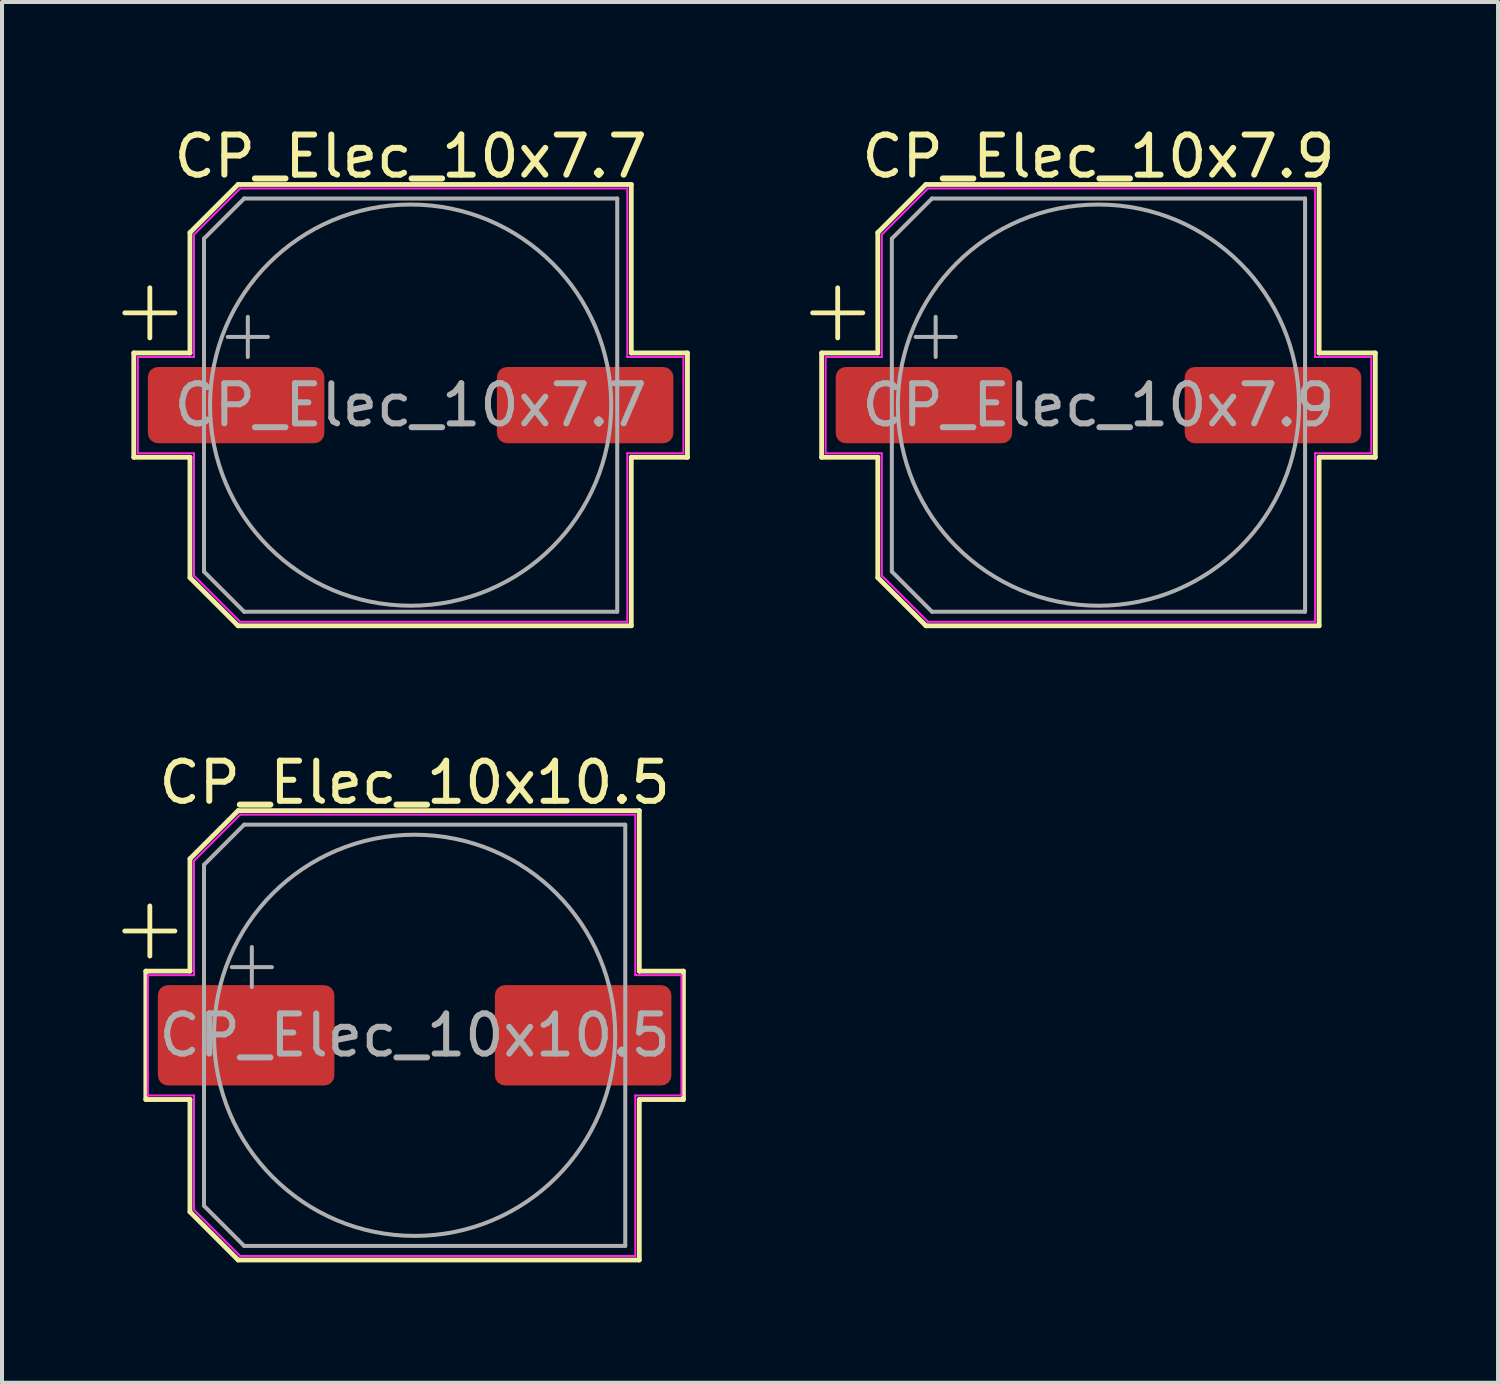
<source format=kicad_pcb>
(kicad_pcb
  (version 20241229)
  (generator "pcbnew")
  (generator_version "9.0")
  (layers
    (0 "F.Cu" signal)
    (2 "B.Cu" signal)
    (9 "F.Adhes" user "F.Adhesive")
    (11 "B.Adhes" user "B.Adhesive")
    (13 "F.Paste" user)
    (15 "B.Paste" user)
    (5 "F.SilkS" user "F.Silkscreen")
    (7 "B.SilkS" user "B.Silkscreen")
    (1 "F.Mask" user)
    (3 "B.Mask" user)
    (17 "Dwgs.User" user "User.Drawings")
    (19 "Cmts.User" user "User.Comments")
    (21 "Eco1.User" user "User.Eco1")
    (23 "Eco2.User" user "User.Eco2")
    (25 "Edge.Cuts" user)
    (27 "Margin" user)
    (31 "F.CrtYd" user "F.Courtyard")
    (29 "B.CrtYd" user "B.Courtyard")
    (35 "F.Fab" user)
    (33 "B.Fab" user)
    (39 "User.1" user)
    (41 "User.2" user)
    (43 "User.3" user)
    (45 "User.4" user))
  (footprint "CP_Elec_10x7.9"
    (layer "F.Cu")
    (at 24.33 7.048)
    (property "Reference" "CP_Elec_10x7.9" (at 0 -6.2 0) (layer "F.SilkS") (effects (font (size 1 1) (thickness 0.15))))
    (attr smd)
    (fp_line (start -7.125 -2.3) (end -5.875 -2.3) (stroke (width 0.12) (type solid)) (layer "F.SilkS"))
    (fp_line (start -6.9 -1.3) (end -6.9 1.3) (stroke (width 0.12) (type solid)) (layer "F.SilkS"))
    (fp_line (start -6.9 1.3) (end -5.5 1.3) (stroke (width 0.12) (type solid)) (layer "F.SilkS"))
    (fp_line (start -6.5 -2.925) (end -6.5 -1.675) (stroke (width 0.12) (type solid)) (layer "F.SilkS"))
    (fp_line (start -5.5 -4.3) (end -5.5 -1.3) (stroke (width 0.12) (type solid)) (layer "F.SilkS"))
    (fp_line (start -5.5 -1.3) (end -6.9 -1.3) (stroke (width 0.12) (type solid)) (layer "F.SilkS"))
    (fp_line (start -5.5 1.3) (end -5.5 4.3) (stroke (width 0.12) (type solid)) (layer "F.SilkS"))
    (fp_line (start -5.5 4.3) (end -4.3 5.5) (stroke (width 0.12) (type solid)) (layer "F.SilkS"))
    (fp_line (start -4.3 -5.5) (end -5.5 -4.3) (stroke (width 0.12) (type solid)) (layer "F.SilkS"))
    (fp_line (start -4.3 5.5) (end 5.5 5.5) (stroke (width 0.12) (type solid)) (layer "F.SilkS"))
    (fp_line (start 5.5 -5.5) (end -4.3 -5.5) (stroke (width 0.12) (type solid)) (layer "F.SilkS"))
    (fp_line (start 5.5 -1.3) (end 5.5 -5.5) (stroke (width 0.12) (type solid)) (layer "F.SilkS"))
    (fp_line (start 5.5 1.3) (end 6.9 1.3) (stroke (width 0.12) (type solid)) (layer "F.SilkS"))
    (fp_line (start 5.5 5.5) (end 5.5 1.3) (stroke (width 0.12) (type solid)) (layer "F.SilkS"))
    (fp_line (start 6.9 -1.3) (end 5.5 -1.3) (stroke (width 0.12) (type solid)) (layer "F.SilkS"))
    (fp_line (start 6.9 1.3) (end 6.9 -1.3) (stroke (width 0.12) (type solid)) (layer "F.SilkS"))
    (fp_line (start -6.8 -1.2) (end -6.8 1.2) (stroke (width 0.05) (type solid)) (layer "F.CrtYd"))
    (fp_line (start -6.8 1.2) (end -5.4 1.2) (stroke (width 0.05) (type solid)) (layer "F.CrtYd"))
    (fp_line (start -5.4 -4.25) (end -5.4 -1.2) (stroke (width 0.05) (type solid)) (layer "F.CrtYd"))
    (fp_line (start -5.4 -4.25) (end -4.25 -5.4) (stroke (width 0.05) (type solid)) (layer "F.CrtYd"))
    (fp_line (start -5.4 -1.2) (end -6.8 -1.2) (stroke (width 0.05) (type solid)) (layer "F.CrtYd"))
    (fp_line (start -5.4 1.2) (end -5.4 4.25) (stroke (width 0.05) (type solid)) (layer "F.CrtYd"))
    (fp_line (start -5.4 4.25) (end -4.25 5.4) (stroke (width 0.05) (type solid)) (layer "F.CrtYd"))
    (fp_line (start -4.25 -5.4) (end 5.4 -5.4) (stroke (width 0.05) (type solid)) (layer "F.CrtYd"))
    (fp_line (start -4.25 5.4) (end 5.4 5.4) (stroke (width 0.05) (type solid)) (layer "F.CrtYd"))
    (fp_line (start 5.4 -5.4) (end 5.4 -1.2) (stroke (width 0.05) (type solid)) (layer "F.CrtYd"))
    (fp_line (start 5.4 -1.2) (end 6.8 -1.2) (stroke (width 0.05) (type solid)) (layer "F.CrtYd"))
    (fp_line (start 5.4 1.2) (end 5.4 5.4) (stroke (width 0.05) (type solid)) (layer "F.CrtYd"))
    (fp_line (start 6.8 -1.2) (end 6.8 1.2) (stroke (width 0.05) (type solid)) (layer "F.CrtYd"))
    (fp_line (start 6.8 1.2) (end 5.4 1.2) (stroke (width 0.05) (type solid)) (layer "F.CrtYd"))
    (fp_line (start -5.15 -4.15) (end -5.15 4.15) (stroke (width 0.1) (type solid)) (layer "F.Fab"))
    (fp_line (start -5.15 -4.15) (end -4.15 -5.15) (stroke (width 0.1) (type solid)) (layer "F.Fab"))
    (fp_line (start -5.15 4.15) (end -4.15 5.15) (stroke (width 0.1) (type solid)) (layer "F.Fab"))
    (fp_line (start -4.558 -1.7) (end -3.558 -1.7) (stroke (width 0.1) (type solid)) (layer "F.Fab"))
    (fp_line (start -4.15 -5.15) (end 5.15 -5.15) (stroke (width 0.1) (type solid)) (layer "F.Fab"))
    (fp_line (start -4.15 5.15) (end 5.15 5.15) (stroke (width 0.1) (type solid)) (layer "F.Fab"))
    (fp_line (start -4.058 -2.2) (end -4.058 -1.2) (stroke (width 0.1) (type solid)) (layer "F.Fab"))
    (fp_line (start 5.15 -5.15) (end 5.15 5.15) (stroke (width 0.1) (type solid)) (layer "F.Fab"))
    (fp_circle (center 0 0) (end 5 0) (stroke (width 0.1) (type solid)) (fill no) (layer "F.Fab"))
    (fp_text user "${REFERENCE}" (at 0 0 0) (layer "F.Fab") (effects (font (size 1 1) (thickness 0.15))))
    (pad "1" smd roundrect (at -4.35 0) (size 4.4 1.9) (layers "F.Cu" "F.Mask" "F.Paste") (roundrect_rratio 0.132))
    (pad "2" smd roundrect (at 4.35 0) (size 4.4 1.9) (layers "F.Cu" "F.Mask" "F.Paste") (roundrect_rratio 0.132)))
  (footprint "CP_Elec_10x7.7"
    (layer "F.Cu")
    (at 7.185 7.048)
    (property "Reference" "CP_Elec_10x7.7" (at 0 -6.2 0) (layer "F.SilkS") (effects (font (size 1 1) (thickness 0.15))))
    (attr smd)
    (fp_line (start -7.125 -2.3) (end -5.875 -2.3) (stroke (width 0.12) (type solid)) (layer "F.SilkS"))
    (fp_line (start -6.9 -1.3) (end -6.9 1.3) (stroke (width 0.12) (type solid)) (layer "F.SilkS"))
    (fp_line (start -6.9 1.3) (end -5.5 1.3) (stroke (width 0.12) (type solid)) (layer "F.SilkS"))
    (fp_line (start -6.5 -2.925) (end -6.5 -1.675) (stroke (width 0.12) (type solid)) (layer "F.SilkS"))
    (fp_line (start -5.5 -4.3) (end -5.5 -1.3) (stroke (width 0.12) (type solid)) (layer "F.SilkS"))
    (fp_line (start -5.5 -1.3) (end -6.9 -1.3) (stroke (width 0.12) (type solid)) (layer "F.SilkS"))
    (fp_line (start -5.5 1.3) (end -5.5 4.3) (stroke (width 0.12) (type solid)) (layer "F.SilkS"))
    (fp_line (start -5.5 4.3) (end -4.3 5.5) (stroke (width 0.12) (type solid)) (layer "F.SilkS"))
    (fp_line (start -4.3 -5.5) (end -5.5 -4.3) (stroke (width 0.12) (type solid)) (layer "F.SilkS"))
    (fp_line (start -4.3 5.5) (end 5.5 5.5) (stroke (width 0.12) (type solid)) (layer "F.SilkS"))
    (fp_line (start 5.5 -5.5) (end -4.3 -5.5) (stroke (width 0.12) (type solid)) (layer "F.SilkS"))
    (fp_line (start 5.5 -1.3) (end 5.5 -5.5) (stroke (width 0.12) (type solid)) (layer "F.SilkS"))
    (fp_line (start 5.5 1.3) (end 6.9 1.3) (stroke (width 0.12) (type solid)) (layer "F.SilkS"))
    (fp_line (start 5.5 5.5) (end 5.5 1.3) (stroke (width 0.12) (type solid)) (layer "F.SilkS"))
    (fp_line (start 6.9 -1.3) (end 5.5 -1.3) (stroke (width 0.12) (type solid)) (layer "F.SilkS"))
    (fp_line (start 6.9 1.3) (end 6.9 -1.3) (stroke (width 0.12) (type solid)) (layer "F.SilkS"))
    (fp_line (start -6.8 -1.2) (end -6.8 1.2) (stroke (width 0.05) (type solid)) (layer "F.CrtYd"))
    (fp_line (start -6.8 1.2) (end -5.4 1.2) (stroke (width 0.05) (type solid)) (layer "F.CrtYd"))
    (fp_line (start -5.4 -4.25) (end -5.4 -1.2) (stroke (width 0.05) (type solid)) (layer "F.CrtYd"))
    (fp_line (start -5.4 -4.25) (end -4.25 -5.4) (stroke (width 0.05) (type solid)) (layer "F.CrtYd"))
    (fp_line (start -5.4 -1.2) (end -6.8 -1.2) (stroke (width 0.05) (type solid)) (layer "F.CrtYd"))
    (fp_line (start -5.4 1.2) (end -5.4 4.25) (stroke (width 0.05) (type solid)) (layer "F.CrtYd"))
    (fp_line (start -5.4 4.25) (end -4.25 5.4) (stroke (width 0.05) (type solid)) (layer "F.CrtYd"))
    (fp_line (start -4.25 -5.4) (end 5.4 -5.4) (stroke (width 0.05) (type solid)) (layer "F.CrtYd"))
    (fp_line (start -4.25 5.4) (end 5.4 5.4) (stroke (width 0.05) (type solid)) (layer "F.CrtYd"))
    (fp_line (start 5.4 -5.4) (end 5.4 -1.2) (stroke (width 0.05) (type solid)) (layer "F.CrtYd"))
    (fp_line (start 5.4 -1.2) (end 6.8 -1.2) (stroke (width 0.05) (type solid)) (layer "F.CrtYd"))
    (fp_line (start 5.4 1.2) (end 5.4 5.4) (stroke (width 0.05) (type solid)) (layer "F.CrtYd"))
    (fp_line (start 6.8 -1.2) (end 6.8 1.2) (stroke (width 0.05) (type solid)) (layer "F.CrtYd"))
    (fp_line (start 6.8 1.2) (end 5.4 1.2) (stroke (width 0.05) (type solid)) (layer "F.CrtYd"))
    (fp_line (start -5.15 -4.15) (end -5.15 4.15) (stroke (width 0.1) (type solid)) (layer "F.Fab"))
    (fp_line (start -5.15 -4.15) (end -4.15 -5.15) (stroke (width 0.1) (type solid)) (layer "F.Fab"))
    (fp_line (start -5.15 4.15) (end -4.15 5.15) (stroke (width 0.1) (type solid)) (layer "F.Fab"))
    (fp_line (start -4.558 -1.7) (end -3.558 -1.7) (stroke (width 0.1) (type solid)) (layer "F.Fab"))
    (fp_line (start -4.15 -5.15) (end 5.15 -5.15) (stroke (width 0.1) (type solid)) (layer "F.Fab"))
    (fp_line (start -4.15 5.15) (end 5.15 5.15) (stroke (width 0.1) (type solid)) (layer "F.Fab"))
    (fp_line (start -4.058 -2.2) (end -4.058 -1.2) (stroke (width 0.1) (type solid)) (layer "F.Fab"))
    (fp_line (start 5.15 -5.15) (end 5.15 5.15) (stroke (width 0.1) (type solid)) (layer "F.Fab"))
    (fp_circle (center 0 0) (end 5 0) (stroke (width 0.1) (type solid)) (fill no) (layer "F.Fab"))
    (fp_text user "${REFERENCE}" (at 0 0 0) (layer "F.Fab") (effects (font (size 1 1) (thickness 0.15))))
    (pad "1" smd roundrect (at -4.35 0) (size 4.4 1.9) (layers "F.Cu" "F.Mask" "F.Paste") (roundrect_rratio 0.132))
    (pad "2" smd roundrect (at 4.35 0) (size 4.4 1.9) (layers "F.Cu" "F.Mask" "F.Paste") (roundrect_rratio 0.132)))
  (footprint "CP_Elec_10x10.5"
    (layer "F.Cu")
    (at 7.285 22.756)
    (property "Reference" "CP_Elec_10x10.5" (at 0 -6.3 0) (layer "F.SilkS") (effects (font (size 1 1) (thickness 0.15))))
    (attr smd)
    (fp_line (start -7.225 -2.6) (end -5.975 -2.6) (stroke (width 0.12) (type solid)) (layer "F.SilkS"))
    (fp_line (start -6.7 -1.6) (end -6.7 1.6) (stroke (width 0.12) (type solid)) (layer "F.SilkS"))
    (fp_line (start -6.7 1.6) (end -5.6 1.6) (stroke (width 0.12) (type solid)) (layer "F.SilkS"))
    (fp_line (start -6.6 -3.225) (end -6.6 -1.975) (stroke (width 0.12) (type solid)) (layer "F.SilkS"))
    (fp_line (start -5.6 -4.4) (end -5.6 -1.6) (stroke (width 0.12) (type solid)) (layer "F.SilkS"))
    (fp_line (start -5.6 -1.6) (end -6.7 -1.6) (stroke (width 0.12) (type solid)) (layer "F.SilkS"))
    (fp_line (start -5.6 1.6) (end -5.6 4.4) (stroke (width 0.12) (type solid)) (layer "F.SilkS"))
    (fp_line (start -5.6 4.4) (end -4.4 5.6) (stroke (width 0.12) (type solid)) (layer "F.SilkS"))
    (fp_line (start -4.4 -5.6) (end -5.6 -4.4) (stroke (width 0.12) (type solid)) (layer "F.SilkS"))
    (fp_line (start -4.4 5.6) (end 5.6 5.6) (stroke (width 0.12) (type solid)) (layer "F.SilkS"))
    (fp_line (start 5.6 -5.6) (end -4.4 -5.6) (stroke (width 0.12) (type solid)) (layer "F.SilkS"))
    (fp_line (start 5.6 -1.6) (end 5.6 -5.6) (stroke (width 0.12) (type solid)) (layer "F.SilkS"))
    (fp_line (start 5.6 1.6) (end 6.7 1.6) (stroke (width 0.12) (type solid)) (layer "F.SilkS"))
    (fp_line (start 5.6 5.6) (end 5.6 1.6) (stroke (width 0.12) (type solid)) (layer "F.SilkS"))
    (fp_line (start 6.7 -1.6) (end 5.6 -1.6) (stroke (width 0.12) (type solid)) (layer "F.SilkS"))
    (fp_line (start 6.7 1.6) (end 6.7 -1.6) (stroke (width 0.12) (type solid)) (layer "F.SilkS"))
    (fp_line (start -6.65 -1.5) (end -6.65 1.5) (stroke (width 0.05) (type solid)) (layer "F.CrtYd"))
    (fp_line (start -6.65 1.5) (end -5.5 1.5) (stroke (width 0.05) (type solid)) (layer "F.CrtYd"))
    (fp_line (start -5.5 -4.35) (end -5.5 -1.5) (stroke (width 0.05) (type solid)) (layer "F.CrtYd"))
    (fp_line (start -5.5 -4.35) (end -4.35 -5.5) (stroke (width 0.05) (type solid)) (layer "F.CrtYd"))
    (fp_line (start -5.5 -1.5) (end -6.65 -1.5) (stroke (width 0.05) (type solid)) (layer "F.CrtYd"))
    (fp_line (start -5.5 1.5) (end -5.5 4.35) (stroke (width 0.05) (type solid)) (layer "F.CrtYd"))
    (fp_line (start -5.5 4.35) (end -4.35 5.5) (stroke (width 0.05) (type solid)) (layer "F.CrtYd"))
    (fp_line (start -4.35 -5.5) (end 5.5 -5.5) (stroke (width 0.05) (type solid)) (layer "F.CrtYd"))
    (fp_line (start -4.35 5.5) (end 5.5 5.5) (stroke (width 0.05) (type solid)) (layer "F.CrtYd"))
    (fp_line (start 5.5 -5.5) (end 5.5 -1.5) (stroke (width 0.05) (type solid)) (layer "F.CrtYd"))
    (fp_line (start 5.5 -1.5) (end 6.65 -1.5) (stroke (width 0.05) (type solid)) (layer "F.CrtYd"))
    (fp_line (start 5.5 1.5) (end 5.5 5.5) (stroke (width 0.05) (type solid)) (layer "F.CrtYd"))
    (fp_line (start 6.65 -1.5) (end 6.65 1.5) (stroke (width 0.05) (type solid)) (layer "F.CrtYd"))
    (fp_line (start 6.65 1.5) (end 5.5 1.5) (stroke (width 0.05) (type solid)) (layer "F.CrtYd"))
    (fp_line (start -5.25 -4.25) (end -5.25 4.25) (stroke (width 0.1) (type solid)) (layer "F.Fab"))
    (fp_line (start -5.25 -4.25) (end -4.25 -5.25) (stroke (width 0.1) (type solid)) (layer "F.Fab"))
    (fp_line (start -5.25 4.25) (end -4.25 5.25) (stroke (width 0.1) (type solid)) (layer "F.Fab"))
    (fp_line (start -4.558 -1.7) (end -3.558 -1.7) (stroke (width 0.1) (type solid)) (layer "F.Fab"))
    (fp_line (start -4.25 -5.25) (end 5.25 -5.25) (stroke (width 0.1) (type solid)) (layer "F.Fab"))
    (fp_line (start -4.25 5.25) (end 5.25 5.25) (stroke (width 0.1) (type solid)) (layer "F.Fab"))
    (fp_line (start -4.058 -2.2) (end -4.058 -1.2) (stroke (width 0.1) (type solid)) (layer "F.Fab"))
    (fp_line (start 5.25 -5.25) (end 5.25 5.25) (stroke (width 0.1) (type solid)) (layer "F.Fab"))
    (fp_circle (center 0 0) (end 5 0) (stroke (width 0.1) (type solid)) (fill no) (layer "F.Fab"))
    (fp_text user "${REFERENCE}" (at 0 0 0) (layer "F.Fab") (effects (font (size 1 1) (thickness 0.15))))
    (pad "1" smd roundrect (at -4.2 0) (size 4.4 2.5) (layers "F.Cu" "F.Mask" "F.Paste") (roundrect_rratio 0.1))
    (pad "2" smd roundrect (at 4.2 0) (size 4.4 2.5) (layers "F.Cu" "F.Mask" "F.Paste") (roundrect_rratio 0.1)))
  (gr_rect
    (start -3 -3)
    (end 34.29 31.416)
    (stroke (width 0.1) (type default))
    (fill no)
    (layer "Edge.Cuts")))
</source>
